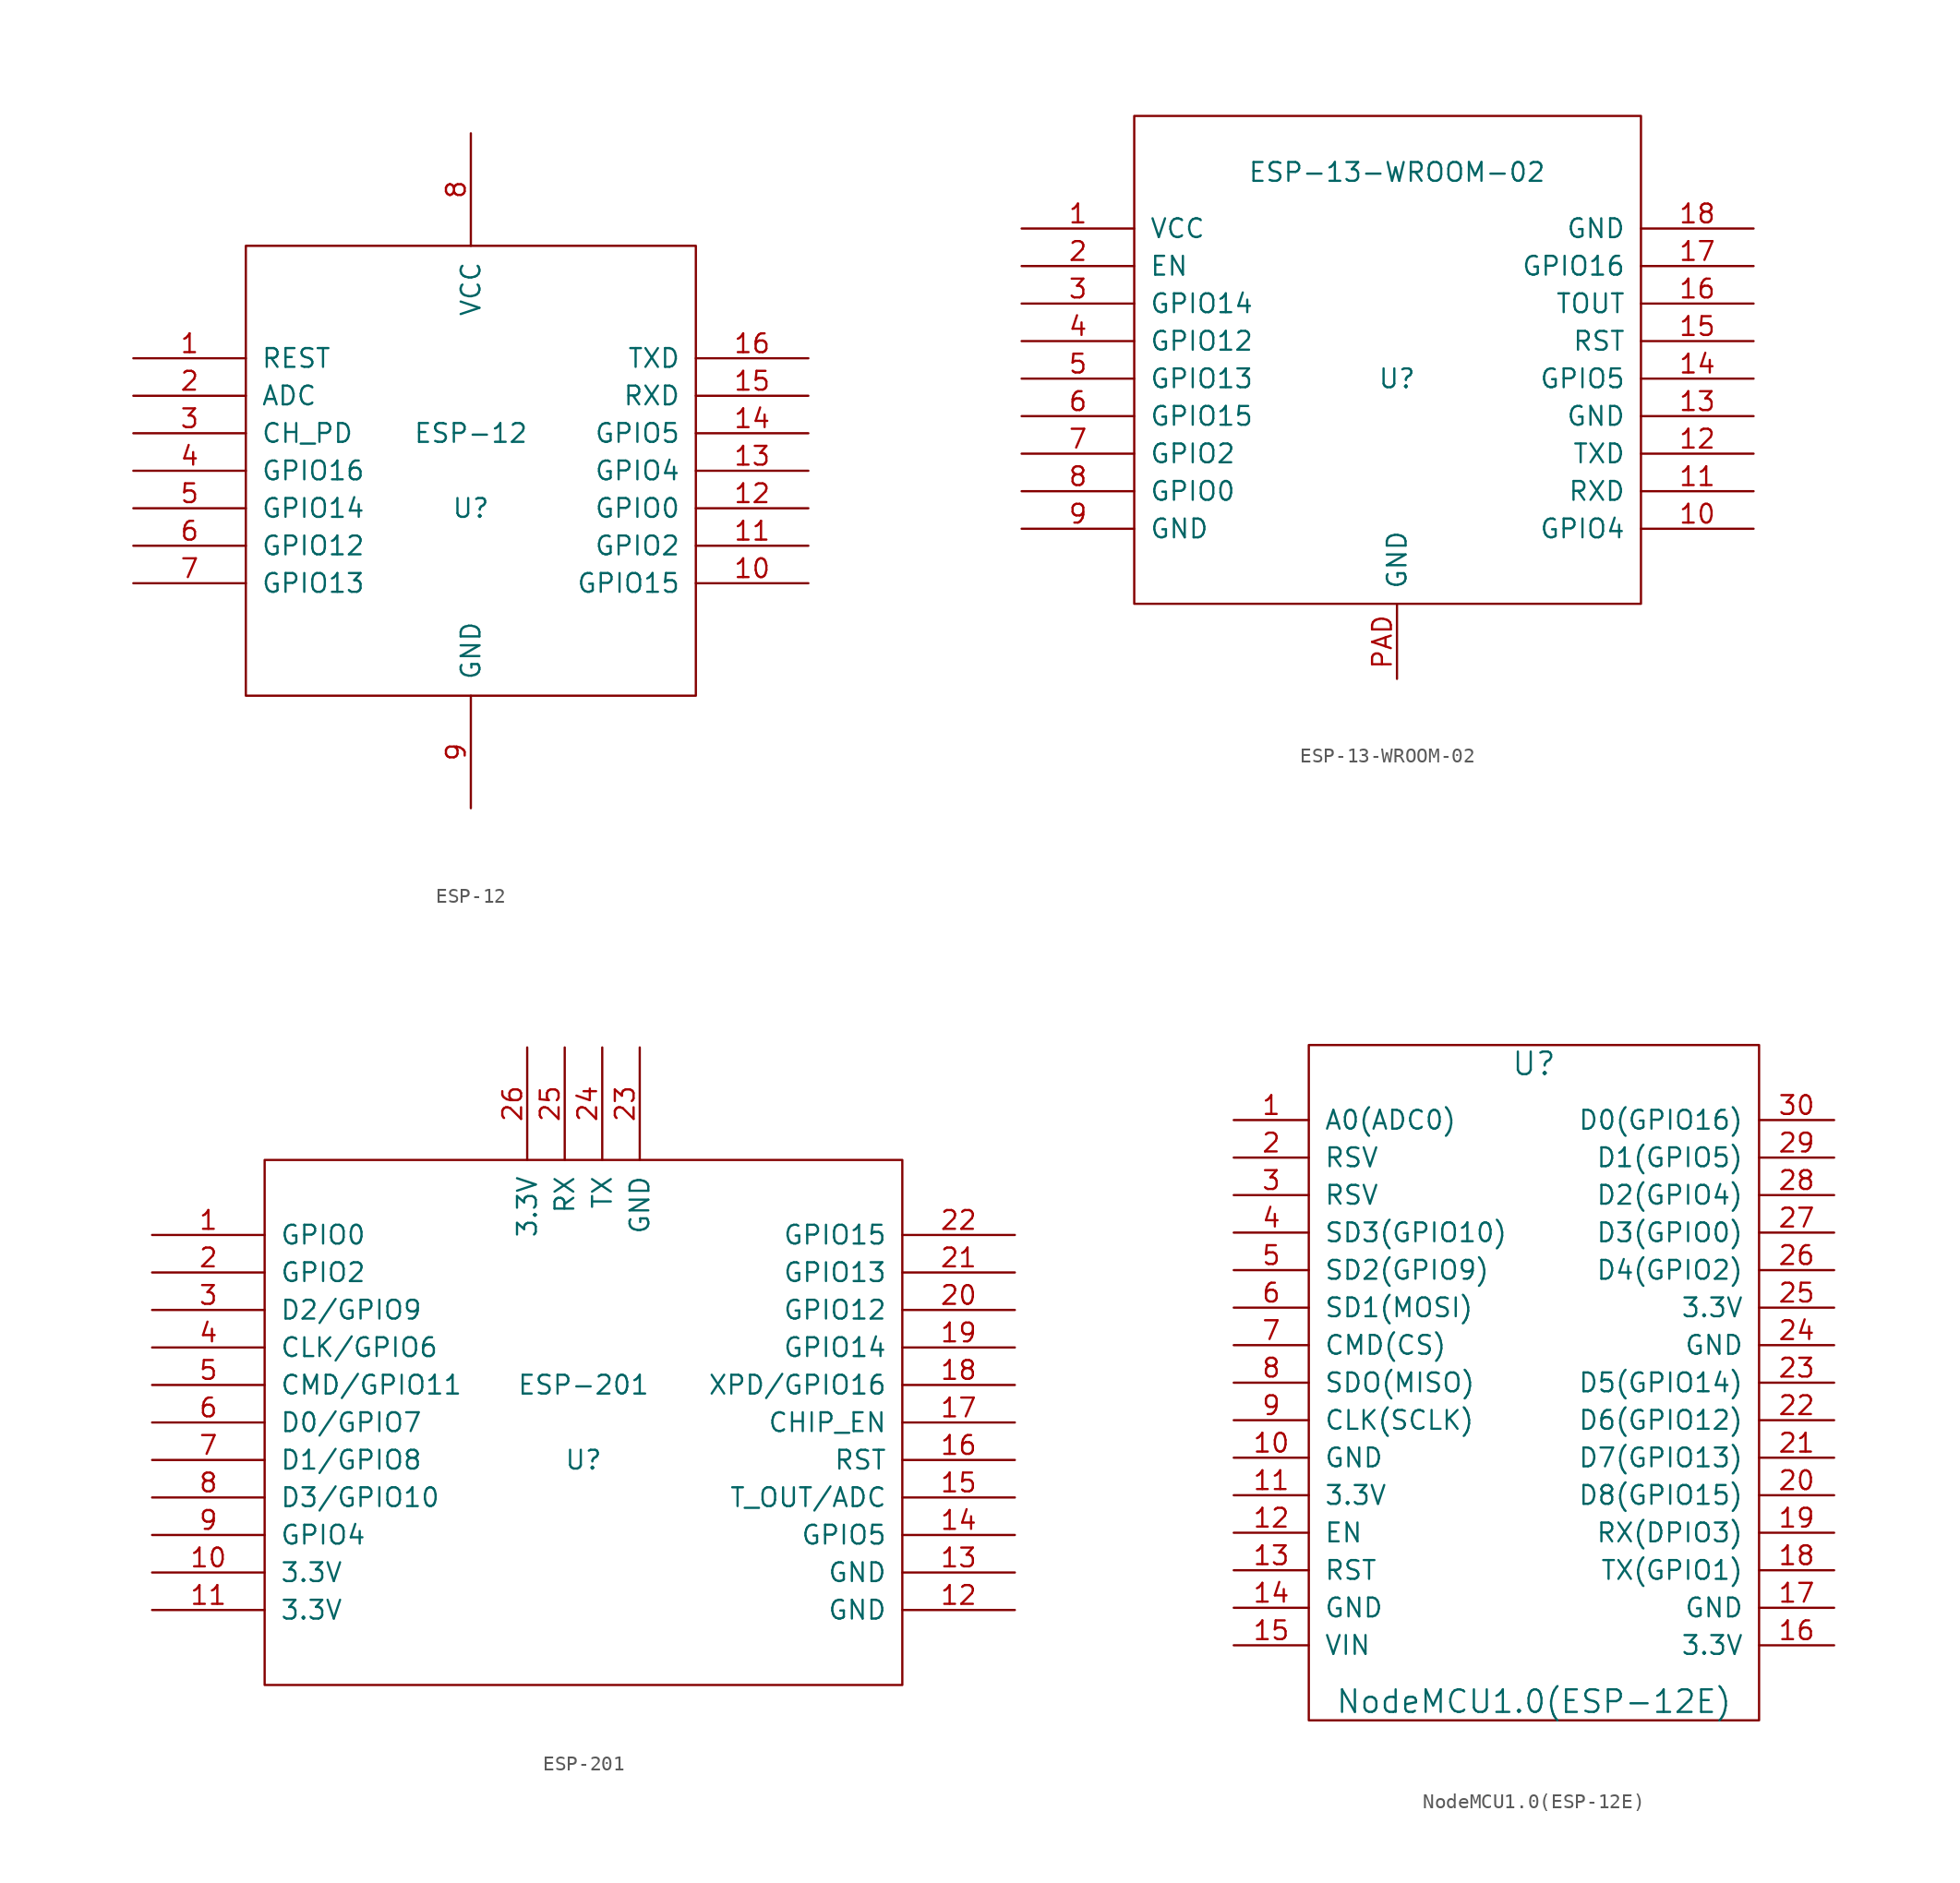
<source format=kicad_sym>
(kicad_symbol_lib
  (version 20201005)
  (generator kicad_symbol_editor)
  (symbol "ESP-12"
    (pin_names
      (offset 1.016))
    (property "Reference" "U"
      (at 0 -2.54 0)
      (effects (font (size 1.27 1.27))))
    (property "Value" "ESP-12"
      (at 0 2.54 0)
      (effects (font (size 1.27 1.27))))
    (symbol "ESP-12_1_0"
      (rectangle (start -15.24 -15.24) (end 15.24 15.24) (stroke (width 0)) (fill (type none))))
    (symbol "ESP-12_1_1"
      (pin input line (at -22.86 7.62 0) (length 7.62) (name "REST" (effects (font (size 1.27 1.27)))) (number "1" (effects (font (size 1.27 1.27)))))
      (pin passive line (at -22.86 5.08 0) (length 7.62) (name "ADC" (effects (font (size 1.27 1.27)))) (number "2" (effects (font (size 1.27 1.27)))))
      (pin input line (at -22.86 2.54 0) (length 7.62) (name "CH_PD" (effects (font (size 1.27 1.27)))) (number "3" (effects (font (size 1.27 1.27)))))
      (pin bidirectional line (at -22.86 0 0) (length 7.62) (name "GPIO16" (effects (font (size 1.27 1.27)))) (number "4" (effects (font (size 1.27 1.27)))))
      (pin bidirectional line (at -22.86 -2.54 0) (length 7.62) (name "GPIO14" (effects (font (size 1.27 1.27)))) (number "5" (effects (font (size 1.27 1.27)))))
      (pin bidirectional line (at -22.86 -5.08 0) (length 7.62) (name "GPIO12" (effects (font (size 1.27 1.27)))) (number "6" (effects (font (size 1.27 1.27)))))
      (pin bidirectional line (at -22.86 -7.62 0) (length 7.62) (name "GPIO13" (effects (font (size 1.27 1.27)))) (number "7" (effects (font (size 1.27 1.27)))))
      (pin power_in line (at 0 22.86 270) (length 7.62) (name "VCC" (effects (font (size 1.27 1.27)))) (number "8" (effects (font (size 1.27 1.27)))))
      (pin power_in line (at 0 -22.86 90) (length 7.62) (name "GND" (effects (font (size 1.27 1.27)))) (number "9" (effects (font (size 1.27 1.27)))))
      (pin bidirectional line (at 22.86 -7.62 180) (length 7.62) (name "GPIO15" (effects (font (size 1.27 1.27)))) (number "10" (effects (font (size 1.27 1.27)))))
      (pin bidirectional line (at 22.86 -5.08 180) (length 7.62) (name "GPIO2" (effects (font (size 1.27 1.27)))) (number "11" (effects (font (size 1.27 1.27)))))
      (pin bidirectional line (at 22.86 -2.54 180) (length 7.62) (name "GPIO0" (effects (font (size 1.27 1.27)))) (number "12" (effects (font (size 1.27 1.27)))))
      (pin bidirectional line (at 22.86 0 180) (length 7.62) (name "GPIO4" (effects (font (size 1.27 1.27)))) (number "13" (effects (font (size 1.27 1.27)))))
      (pin bidirectional line (at 22.86 2.54 180) (length 7.62) (name "GPIO5" (effects (font (size 1.27 1.27)))) (number "14" (effects (font (size 1.27 1.27)))))
      (pin input line (at 22.86 5.08 180) (length 7.62) (name "RXD" (effects (font (size 1.27 1.27)))) (number "15" (effects (font (size 1.27 1.27)))))
      (pin output line (at 22.86 7.62 180) (length 7.62) (name "TXD" (effects (font (size 1.27 1.27)))) (number "16" (effects (font (size 1.27 1.27)))))))
  (symbol "ESP-13-WROOM-02"
    (pin_names
      (offset 1.016))
    (property "Reference" "U"
      (at 0 -2.54 0)
      (effects (font (size 1.27 1.27))))
    (property "Value" "ESP-13-WROOM-02"
      (at 0 11.43 0)
      (effects (font (size 1.27 1.27))))
    (symbol "ESP-13-WROOM-02_1_0"
      (rectangle (start -17.78 -17.78) (end 16.51 15.24) (stroke (width 0)) (fill (type none))))
    (symbol "ESP-13-WROOM-02_1_1"
      (pin input line (at -25.4 7.62 0) (length 7.62) (name "VCC" (effects (font (size 1.27 1.27)))) (number "1" (effects (font (size 1.27 1.27)))))
      (pin passive line (at -25.4 5.08 0) (length 7.62) (name "EN" (effects (font (size 1.27 1.27)))) (number "2" (effects (font (size 1.27 1.27)))))
      (pin input line (at -25.4 2.54 0) (length 7.62) (name "GPIO14" (effects (font (size 1.27 1.27)))) (number "3" (effects (font (size 1.27 1.27)))))
      (pin bidirectional line (at -25.4 0 0) (length 7.62) (name "GPIO12" (effects (font (size 1.27 1.27)))) (number "4" (effects (font (size 1.27 1.27)))))
      (pin bidirectional line (at -25.4 -2.54 0) (length 7.62) (name "GPIO13" (effects (font (size 1.27 1.27)))) (number "5" (effects (font (size 1.27 1.27)))))
      (pin bidirectional line (at -25.4 -5.08 0) (length 7.62) (name "GPIO15" (effects (font (size 1.27 1.27)))) (number "6" (effects (font (size 1.27 1.27)))))
      (pin bidirectional line (at -25.4 -7.62 0) (length 7.62) (name "GPIO2" (effects (font (size 1.27 1.27)))) (number "7" (effects (font (size 1.27 1.27)))))
      (pin bidirectional line (at -25.4 -10.16 0) (length 7.62) (name "GPIO0" (effects (font (size 1.27 1.27)))) (number "8" (effects (font (size 1.27 1.27)))))
      (pin power_in line (at -25.4 -12.7 0) (length 7.62) (name "GND" (effects (font (size 1.27 1.27)))) (number "9" (effects (font (size 1.27 1.27)))))
      (pin bidirectional line (at 24.13 -12.7 180) (length 7.62) (name "GPIO4" (effects (font (size 1.27 1.27)))) (number "10" (effects (font (size 1.27 1.27)))))
      (pin bidirectional line (at 24.13 -10.16 180) (length 7.62) (name "RXD" (effects (font (size 1.27 1.27)))) (number "11" (effects (font (size 1.27 1.27)))))
      (pin bidirectional line (at 24.13 -7.62 180) (length 7.62) (name "TXD" (effects (font (size 1.27 1.27)))) (number "12" (effects (font (size 1.27 1.27)))))
      (pin power_in line (at 24.13 -5.08 180) (length 7.62) (name "GND" (effects (font (size 1.27 1.27)))) (number "13" (effects (font (size 1.27 1.27)))))
      (pin bidirectional line (at 24.13 -2.54 180) (length 7.62) (name "GPIO5" (effects (font (size 1.27 1.27)))) (number "14" (effects (font (size 1.27 1.27)))))
      (pin input line (at 24.13 0 180) (length 7.62) (name "RST" (effects (font (size 1.27 1.27)))) (number "15" (effects (font (size 1.27 1.27)))))
      (pin output line (at 24.13 2.54 180) (length 7.62) (name "TOUT" (effects (font (size 1.27 1.27)))) (number "16" (effects (font (size 1.27 1.27)))))
      (pin bidirectional line (at 24.13 5.08 180) (length 7.62) (name "GPIO16" (effects (font (size 1.27 1.27)))) (number "17" (effects (font (size 1.27 1.27)))))
      (pin power_in line (at 24.13 7.62 180) (length 7.62) (name "GND" (effects (font (size 1.27 1.27)))) (number "18" (effects (font (size 1.27 1.27)))))
      (pin power_in line (at 0 -22.86 90) (length 5.004) (name "GND" (effects (font (size 1.27 1.27)))) (number "PAD" (effects (font (size 1.27 1.27)))))))
  (symbol "ESP-201"
    (pin_names
      (offset 1.016))
    (property "Reference" "U"
      (at 0 -2.54 0)
      (effects (font (size 1.27 1.27))))
    (property "Value" "ESP-201"
      (at 0 2.54 0)
      (effects (font (size 1.27 1.27))))
    (symbol "ESP-201_1_0"
      (rectangle (start -21.59 -17.78) (end 21.59 17.78) (stroke (width 0)) (fill (type none))))
    (symbol "ESP-201_1_1"
      (pin bidirectional line (at -29.21 12.7 0) (length 7.62) (name "GPIO0" (effects (font (size 1.27 1.27)))) (number "1" (effects (font (size 1.27 1.27)))))
      (pin bidirectional line (at -29.21 10.16 0) (length 7.62) (name "GPIO2" (effects (font (size 1.27 1.27)))) (number "2" (effects (font (size 1.27 1.27)))))
      (pin output line (at -29.21 7.62 0) (length 7.62) (name "D2/GPIO9" (effects (font (size 1.27 1.27)))) (number "3" (effects (font (size 1.27 1.27)))))
      (pin output line (at -29.21 5.08 0) (length 7.62) (name "CLK/GPIO6" (effects (font (size 1.27 1.27)))) (number "4" (effects (font (size 1.27 1.27)))))
      (pin output line (at -29.21 2.54 0) (length 7.62) (name "CMD/GPIO11" (effects (font (size 1.27 1.27)))) (number "5" (effects (font (size 1.27 1.27)))))
      (pin output line (at -29.21 0 0) (length 7.62) (name "D0/GPIO7" (effects (font (size 1.27 1.27)))) (number "6" (effects (font (size 1.27 1.27)))))
      (pin output line (at -29.21 -2.54 0) (length 7.62) (name "D1/GPIO8" (effects (font (size 1.27 1.27)))) (number "7" (effects (font (size 1.27 1.27)))))
      (pin output line (at -29.21 -5.08 0) (length 7.62) (name "D3/GPIO10" (effects (font (size 1.27 1.27)))) (number "8" (effects (font (size 1.27 1.27)))))
      (pin bidirectional line (at -29.21 -7.62 0) (length 7.62) (name "GPIO4" (effects (font (size 1.27 1.27)))) (number "9" (effects (font (size 1.27 1.27)))))
      (pin power_in line (at -29.21 -10.16 0) (length 7.62) (name "3.3V" (effects (font (size 1.27 1.27)))) (number "10" (effects (font (size 1.27 1.27)))))
      (pin bidirectional line (at 29.21 7.62 180) (length 7.62) (name "GPIO12" (effects (font (size 1.27 1.27)))) (number "20" (effects (font (size 1.27 1.27)))))
      (pin power_in line (at -29.21 -12.7 0) (length 7.62) (name "3.3V" (effects (font (size 1.27 1.27)))) (number "11" (effects (font (size 1.27 1.27)))))
      (pin bidirectional line (at 29.21 10.16 180) (length 7.62) (name "GPIO13" (effects (font (size 1.27 1.27)))) (number "21" (effects (font (size 1.27 1.27)))))
      (pin power_in line (at 29.21 -12.7 180) (length 7.62) (name "GND" (effects (font (size 1.27 1.27)))) (number "12" (effects (font (size 1.27 1.27)))))
      (pin bidirectional line (at 29.21 12.7 180) (length 7.62) (name "GPIO15" (effects (font (size 1.27 1.27)))) (number "22" (effects (font (size 1.27 1.27)))))
      (pin power_in line (at 29.21 -10.16 180) (length 7.62) (name "GND" (effects (font (size 1.27 1.27)))) (number "13" (effects (font (size 1.27 1.27)))))
      (pin power_in line (at 3.81 25.4 270) (length 7.62) (name "GND" (effects (font (size 1.27 1.27)))) (number "23" (effects (font (size 1.27 1.27)))))
      (pin bidirectional line (at 29.21 -7.62 180) (length 7.62) (name "GPIO5" (effects (font (size 1.27 1.27)))) (number "14" (effects (font (size 1.27 1.27)))))
      (pin output line (at 1.27 25.4 270) (length 7.62) (name "TX" (effects (font (size 1.27 1.27)))) (number "24" (effects (font (size 1.27 1.27)))))
      (pin bidirectional line (at 29.21 -5.08 180) (length 7.62) (name "T_OUT/ADC" (effects (font (size 1.27 1.27)))) (number "15" (effects (font (size 1.27 1.27)))))
      (pin input line (at -1.27 25.4 270) (length 7.62) (name "RX" (effects (font (size 1.27 1.27)))) (number "25" (effects (font (size 1.27 1.27)))))
      (pin input line (at 29.21 -2.54 180) (length 7.62) (name "RST" (effects (font (size 1.27 1.27)))) (number "16" (effects (font (size 1.27 1.27)))))
      (pin power_in line (at -3.81 25.4 270) (length 7.62) (name "3.3V" (effects (font (size 1.27 1.27)))) (number "26" (effects (font (size 1.27 1.27)))))
      (pin input line (at 29.21 0 180) (length 7.62) (name "CHIP_EN" (effects (font (size 1.27 1.27)))) (number "17" (effects (font (size 1.27 1.27)))))
      (pin bidirectional line (at 29.21 2.54 180) (length 7.62) (name "XPD/GPIO16" (effects (font (size 1.27 1.27)))) (number "18" (effects (font (size 1.27 1.27)))))
      (pin bidirectional line (at 29.21 5.08 180) (length 7.62) (name "GPIO14" (effects (font (size 1.27 1.27)))) (number "19" (effects (font (size 1.27 1.27)))))))
  (symbol "NodeMCU1.0(ESP-12E)"
    (pin_names
      (offset 1.016))
    (property "Reference" "U"
      (at 0 21.59 0)
      (effects (font (size 1.524 1.524))))
    (property "Value" "NodeMCU1.0(ESP-12E)"
      (at 0 -21.59 0)
      (effects (font (size 1.524 1.524))))
    (property "Footprint" ""
      (at -15.24 -21.59 0)
      (effects (font (size 1.524 1.524))))
    (property "Datasheet" ""
      (at -15.24 -21.59 0)
      (effects (font (size 1.524 1.524))))
    (symbol "NodeMCU1.0(ESP-12E)_0_1"
      (rectangle (start -15.24 -22.86) (end 15.24 22.86) (stroke (width 0)) (fill (type none))))
    (symbol "NodeMCU1.0(ESP-12E)_1_1"
      (pin input line (at -20.32 17.78 0) (length 5.08) (name "A0(ADC0)" (effects (font (size 1.27 1.27)))) (number "1" (effects (font (size 1.27 1.27)))))
      (pin input line (at -20.32 15.24 0) (length 5.08) (name "RSV" (effects (font (size 1.27 1.27)))) (number "2" (effects (font (size 1.27 1.27)))))
      (pin input line (at -20.32 12.7 0) (length 5.08) (name "RSV" (effects (font (size 1.27 1.27)))) (number "3" (effects (font (size 1.27 1.27)))))
      (pin input line (at -20.32 10.16 0) (length 5.08) (name "SD3(GPIO10)" (effects (font (size 1.27 1.27)))) (number "4" (effects (font (size 1.27 1.27)))))
      (pin input line (at -20.32 7.62 0) (length 5.08) (name "SD2(GPIO9)" (effects (font (size 1.27 1.27)))) (number "5" (effects (font (size 1.27 1.27)))))
      (pin input line (at -20.32 5.08 0) (length 5.08) (name "SD1(MOSI)" (effects (font (size 1.27 1.27)))) (number "6" (effects (font (size 1.27 1.27)))))
      (pin input line (at -20.32 2.54 0) (length 5.08) (name "CMD(CS)" (effects (font (size 1.27 1.27)))) (number "7" (effects (font (size 1.27 1.27)))))
      (pin input line (at -20.32 0 0) (length 5.08) (name "SDO(MISO)" (effects (font (size 1.27 1.27)))) (number "8" (effects (font (size 1.27 1.27)))))
      (pin input line (at -20.32 -2.54 0) (length 5.08) (name "CLK(SCLK)" (effects (font (size 1.27 1.27)))) (number "9" (effects (font (size 1.27 1.27)))))
      (pin input line (at -20.32 -5.08 0) (length 5.08) (name "GND" (effects (font (size 1.27 1.27)))) (number "10" (effects (font (size 1.27 1.27)))))
      (pin input line (at 20.32 -7.62 180) (length 5.08) (name "D8(GPIO15)" (effects (font (size 1.27 1.27)))) (number "20" (effects (font (size 1.27 1.27)))))
      (pin input line (at 20.32 17.78 180) (length 5.08) (name "D0(GPIO16)" (effects (font (size 1.27 1.27)))) (number "30" (effects (font (size 1.27 1.27)))))
      (pin input line (at -20.32 -7.62 0) (length 5.08) (name "3.3V" (effects (font (size 1.27 1.27)))) (number "11" (effects (font (size 1.27 1.27)))))
      (pin input line (at 20.32 -5.08 180) (length 5.08) (name "D7(GPIO13)" (effects (font (size 1.27 1.27)))) (number "21" (effects (font (size 1.27 1.27)))))
      (pin input line (at -20.32 -10.16 0) (length 5.08) (name "EN" (effects (font (size 1.27 1.27)))) (number "12" (effects (font (size 1.27 1.27)))))
      (pin input line (at 20.32 -2.54 180) (length 5.08) (name "D6(GPIO12)" (effects (font (size 1.27 1.27)))) (number "22" (effects (font (size 1.27 1.27)))))
      (pin input line (at -20.32 -12.7 0) (length 5.08) (name "RST" (effects (font (size 1.27 1.27)))) (number "13" (effects (font (size 1.27 1.27)))))
      (pin input line (at 20.32 0 180) (length 5.08) (name "D5(GPIO14)" (effects (font (size 1.27 1.27)))) (number "23" (effects (font (size 1.27 1.27)))))
      (pin input line (at -20.32 -15.24 0) (length 5.08) (name "GND" (effects (font (size 1.27 1.27)))) (number "14" (effects (font (size 1.27 1.27)))))
      (pin input line (at 20.32 2.54 180) (length 5.08) (name "GND" (effects (font (size 1.27 1.27)))) (number "24" (effects (font (size 1.27 1.27)))))
      (pin input line (at -20.32 -17.78 0) (length 5.08) (name "VIN" (effects (font (size 1.27 1.27)))) (number "15" (effects (font (size 1.27 1.27)))))
      (pin input line (at 20.32 5.08 180) (length 5.08) (name "3.3V" (effects (font (size 1.27 1.27)))) (number "25" (effects (font (size 1.27 1.27)))))
      (pin input line (at 20.32 -17.78 180) (length 5.08) (name "3.3V" (effects (font (size 1.27 1.27)))) (number "16" (effects (font (size 1.27 1.27)))))
      (pin input line (at 20.32 7.62 180) (length 5.08) (name "D4(GPIO2)" (effects (font (size 1.27 1.27)))) (number "26" (effects (font (size 1.27 1.27)))))
      (pin input line (at 20.32 -15.24 180) (length 5.08) (name "GND" (effects (font (size 1.27 1.27)))) (number "17" (effects (font (size 1.27 1.27)))))
      (pin input line (at 20.32 10.16 180) (length 5.08) (name "D3(GPIO0)" (effects (font (size 1.27 1.27)))) (number "27" (effects (font (size 1.27 1.27)))))
      (pin input line (at 20.32 -12.7 180) (length 5.08) (name "TX(GPIO1)" (effects (font (size 1.27 1.27)))) (number "18" (effects (font (size 1.27 1.27)))))
      (pin input line (at 20.32 12.7 180) (length 5.08) (name "D2(GPIO4)" (effects (font (size 1.27 1.27)))) (number "28" (effects (font (size 1.27 1.27)))))
      (pin input line (at 20.32 -10.16 180) (length 5.08) (name "RX(DPIO3)" (effects (font (size 1.27 1.27)))) (number "19" (effects (font (size 1.27 1.27)))))
      (pin input line (at 20.32 15.24 180) (length 5.08) (name "D1(GPIO5)" (effects (font (size 1.27 1.27)))) (number "29" (effects (font (size 1.27 1.27))))))))
</source>
